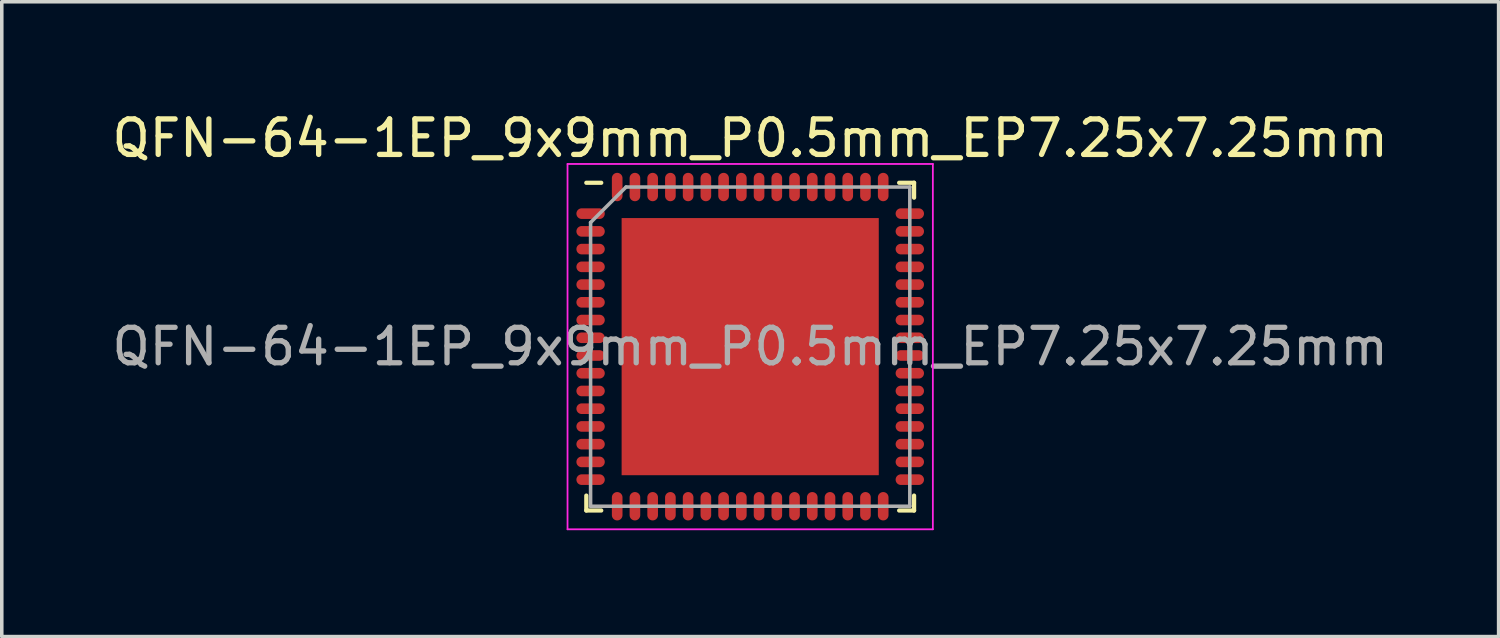
<source format=kicad_pcb>
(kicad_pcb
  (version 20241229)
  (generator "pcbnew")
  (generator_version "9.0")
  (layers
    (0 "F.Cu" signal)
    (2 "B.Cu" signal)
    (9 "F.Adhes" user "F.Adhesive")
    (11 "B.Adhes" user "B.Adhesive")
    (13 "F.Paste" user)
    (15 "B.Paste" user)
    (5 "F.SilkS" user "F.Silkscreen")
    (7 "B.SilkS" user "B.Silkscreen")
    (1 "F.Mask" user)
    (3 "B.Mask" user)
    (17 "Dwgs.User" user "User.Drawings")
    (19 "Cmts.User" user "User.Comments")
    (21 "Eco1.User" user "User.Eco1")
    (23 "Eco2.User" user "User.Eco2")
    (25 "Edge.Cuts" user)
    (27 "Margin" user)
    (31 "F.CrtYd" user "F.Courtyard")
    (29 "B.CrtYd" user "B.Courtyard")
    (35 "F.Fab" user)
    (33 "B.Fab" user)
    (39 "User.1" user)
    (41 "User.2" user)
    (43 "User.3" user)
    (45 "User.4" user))
  (footprint "QFN-64-1EP_9x9mm_P0.5mm_EP7.25x7.25mm"
    (layer "F.Cu")
    (at 18.101 6.723)
    (property "Reference" "QFN-64-1EP_9x9mm_P0.5mm_EP7.25x7.25mm" (at 0 -5.875 0) (layer "F.SilkS") (effects (font (size 1 1) (thickness 0.15))))
    (attr smd)
    (fp_line (start -4.62 -4.62) (end -4.2 -4.62) (stroke (width 0.12) (type solid)) (layer "F.SilkS"))
    (fp_line (start -4.62 4.62) (end -4.62 4.2) (stroke (width 0.12) (type solid)) (layer "F.SilkS"))
    (fp_line (start -4.62 4.62) (end -4.2 4.62) (stroke (width 0.12) (type solid)) (layer "F.SilkS"))
    (fp_line (start 4.62 -4.62) (end 4.2 -4.62) (stroke (width 0.12) (type solid)) (layer "F.SilkS"))
    (fp_line (start 4.62 -4.62) (end 4.62 -4.2) (stroke (width 0.12) (type solid)) (layer "F.SilkS"))
    (fp_line (start 4.62 4.62) (end 4.2 4.62) (stroke (width 0.12) (type solid)) (layer "F.SilkS"))
    (fp_line (start 4.62 4.62) (end 4.62 4.2) (stroke (width 0.12) (type solid)) (layer "F.SilkS"))
    (fp_line (start -5.15 -5.15) (end -5.15 5.15) (stroke (width 0.05) (type solid)) (layer "F.CrtYd"))
    (fp_line (start -5.15 -5.15) (end 5.15 -5.15) (stroke (width 0.05) (type solid)) (layer "F.CrtYd"))
    (fp_line (start -5.15 5.15) (end 5.15 5.15) (stroke (width 0.05) (type solid)) (layer "F.CrtYd"))
    (fp_line (start 5.15 -5.15) (end 5.15 5.15) (stroke (width 0.05) (type solid)) (layer "F.CrtYd"))
    (fp_line (start -4.5 -3.5) (end -3.5 -4.5) (stroke (width 0.1) (type solid)) (layer "F.Fab"))
    (fp_line (start -4.5 4.5) (end -4.5 -3.5) (stroke (width 0.1) (type solid)) (layer "F.Fab"))
    (fp_line (start -3.5 -4.5) (end 4.5 -4.5) (stroke (width 0.1) (type solid)) (layer "F.Fab"))
    (fp_line (start 4.5 -4.5) (end 4.5 4.5) (stroke (width 0.1) (type solid)) (layer "F.Fab"))
    (fp_line (start 4.5 4.5) (end -4.5 4.5) (stroke (width 0.1) (type solid)) (layer "F.Fab"))
    (fp_text user "${REFERENCE}" (at 0 0 0) (layer "F.Fab") (effects (font (size 1 1) (thickness 0.15))))
    (pad "" smd rect (at -2.8 -2.8) (size 1.19 1.19) (layers "F.Paste"))
    (pad "" smd rect (at -2.8 -1.4) (size 1.19 1.19) (layers "F.Paste"))
    (pad "" smd rect (at -2.8 0) (size 1.19 1.19) (layers "F.Paste"))
    (pad "" smd rect (at -2.8 1.4) (size 1.19 1.19) (layers "F.Paste"))
    (pad "" smd rect (at -2.8 2.8) (size 1.19 1.19) (layers "F.Paste"))
    (pad "" smd rect (at -1.4 -2.8) (size 1.19 1.19) (layers "F.Paste"))
    (pad "" smd rect (at -1.4 -1.4) (size 1.19 1.19) (layers "F.Paste"))
    (pad "" smd rect (at -1.4 0) (size 1.19 1.19) (layers "F.Paste"))
    (pad "" smd rect (at -1.4 1.4) (size 1.19 1.19) (layers "F.Paste"))
    (pad "" smd rect (at -1.4 2.8) (size 1.19 1.19) (layers "F.Paste"))
    (pad "" smd rect (at 0 -2.8) (size 1.19 1.19) (layers "F.Paste"))
    (pad "" smd rect (at 0 -1.4) (size 1.19 1.19) (layers "F.Paste"))
    (pad "" smd rect (at 0 0) (size 1.19 1.19) (layers "F.Paste"))
    (pad "" smd rect (at 0 1.4) (size 1.19 1.19) (layers "F.Paste"))
    (pad "" smd rect (at 0 2.8) (size 1.19 1.19) (layers "F.Paste"))
    (pad "" smd rect (at 1.4 -2.8) (size 1.19 1.19) (layers "F.Paste"))
    (pad "" smd rect (at 1.4 -1.4) (size 1.19 1.19) (layers "F.Paste"))
    (pad "" smd rect (at 1.4 0) (size 1.19 1.19) (layers "F.Paste"))
    (pad "" smd rect (at 1.4 1.4) (size 1.19 1.19) (layers "F.Paste"))
    (pad "" smd rect (at 1.4 2.8) (size 1.19 1.19) (layers "F.Paste"))
    (pad "" smd rect (at 2.8 -2.8) (size 1.19 1.19) (layers "F.Paste"))
    (pad "" smd rect (at 2.8 -1.4) (size 1.19 1.19) (layers "F.Paste"))
    (pad "" smd rect (at 2.8 0) (size 1.19 1.19) (layers "F.Paste"))
    (pad "" smd rect (at 2.8 1.4) (size 1.19 1.19) (layers "F.Paste"))
    (pad "" smd rect (at 2.8 2.8) (size 1.19 1.19) (layers "F.Paste"))
    (pad "1" smd oval (at -4.5 -3.75) (size 0.8 0.3) (layers "F.Cu" "F.Mask" "F.Paste"))
    (pad "2" smd oval (at -4.5 -3.25) (size 0.8 0.3) (layers "F.Cu" "F.Mask" "F.Paste"))
    (pad "3" smd oval (at -4.5 -2.75) (size 0.8 0.3) (layers "F.Cu" "F.Mask" "F.Paste"))
    (pad "4" smd oval (at -4.5 -2.25) (size 0.8 0.3) (layers "F.Cu" "F.Mask" "F.Paste"))
    (pad "5" smd oval (at -4.5 -1.75) (size 0.8 0.3) (layers "F.Cu" "F.Mask" "F.Paste"))
    (pad "6" smd oval (at -4.5 -1.25) (size 0.8 0.3) (layers "F.Cu" "F.Mask" "F.Paste"))
    (pad "7" smd oval (at -4.5 -0.75) (size 0.8 0.3) (layers "F.Cu" "F.Mask" "F.Paste"))
    (pad "8" smd oval (at -4.5 -0.25) (size 0.8 0.3) (layers "F.Cu" "F.Mask" "F.Paste"))
    (pad "9" smd oval (at -4.5 0.25) (size 0.8 0.3) (layers "F.Cu" "F.Mask" "F.Paste"))
    (pad "10" smd oval (at -4.5 0.75) (size 0.8 0.3) (layers "F.Cu" "F.Mask" "F.Paste"))
    (pad "11" smd oval (at -4.5 1.25) (size 0.8 0.3) (layers "F.Cu" "F.Mask" "F.Paste"))
    (pad "12" smd oval (at -4.5 1.75) (size 0.8 0.3) (layers "F.Cu" "F.Mask" "F.Paste"))
    (pad "13" smd oval (at -4.5 2.25) (size 0.8 0.3) (layers "F.Cu" "F.Mask" "F.Paste"))
    (pad "14" smd oval (at -4.5 2.75) (size 0.8 0.3) (layers "F.Cu" "F.Mask" "F.Paste"))
    (pad "15" smd oval (at -4.5 3.25) (size 0.8 0.3) (layers "F.Cu" "F.Mask" "F.Paste"))
    (pad "16" smd oval (at -4.5 3.75) (size 0.8 0.3) (layers "F.Cu" "F.Mask" "F.Paste"))
    (pad "17" smd oval (at -3.75 4.5 90) (size 0.8 0.3) (layers "F.Cu" "F.Mask" "F.Paste"))
    (pad "18" smd oval (at -3.25 4.5 90) (size 0.8 0.3) (layers "F.Cu" "F.Mask" "F.Paste"))
    (pad "19" smd oval (at -2.75 4.5 90) (size 0.8 0.3) (layers "F.Cu" "F.Mask" "F.Paste"))
    (pad "20" smd oval (at -2.25 4.5 90) (size 0.8 0.3) (layers "F.Cu" "F.Mask" "F.Paste"))
    (pad "21" smd oval (at -1.75 4.5 90) (size 0.8 0.3) (layers "F.Cu" "F.Mask" "F.Paste"))
    (pad "22" smd oval (at -1.25 4.5 90) (size 0.8 0.3) (layers "F.Cu" "F.Mask" "F.Paste"))
    (pad "23" smd oval (at -0.75 4.5 90) (size 0.8 0.3) (layers "F.Cu" "F.Mask" "F.Paste"))
    (pad "24" smd oval (at -0.25 4.5 90) (size 0.8 0.3) (layers "F.Cu" "F.Mask" "F.Paste"))
    (pad "25" smd oval (at 0.25 4.5 90) (size 0.8 0.3) (layers "F.Cu" "F.Mask" "F.Paste"))
    (pad "26" smd oval (at 0.75 4.5 90) (size 0.8 0.3) (layers "F.Cu" "F.Mask" "F.Paste"))
    (pad "27" smd oval (at 1.25 4.5 90) (size 0.8 0.3) (layers "F.Cu" "F.Mask" "F.Paste"))
    (pad "28" smd oval (at 1.75 4.5 90) (size 0.8 0.3) (layers "F.Cu" "F.Mask" "F.Paste"))
    (pad "29" smd oval (at 2.25 4.5 90) (size 0.8 0.3) (layers "F.Cu" "F.Mask" "F.Paste"))
    (pad "30" smd oval (at 2.75 4.5 90) (size 0.8 0.3) (layers "F.Cu" "F.Mask" "F.Paste"))
    (pad "31" smd oval (at 3.25 4.5 90) (size 0.8 0.3) (layers "F.Cu" "F.Mask" "F.Paste"))
    (pad "32" smd oval (at 3.75 4.5 90) (size 0.8 0.3) (layers "F.Cu" "F.Mask" "F.Paste"))
    (pad "33" smd oval (at 4.5 3.75) (size 0.8 0.3) (layers "F.Cu" "F.Mask" "F.Paste"))
    (pad "34" smd oval (at 4.5 3.25) (size 0.8 0.3) (layers "F.Cu" "F.Mask" "F.Paste"))
    (pad "35" smd oval (at 4.5 2.75) (size 0.8 0.3) (layers "F.Cu" "F.Mask" "F.Paste"))
    (pad "36" smd oval (at 4.5 2.25) (size 0.8 0.3) (layers "F.Cu" "F.Mask" "F.Paste"))
    (pad "37" smd oval (at 4.5 1.75) (size 0.8 0.3) (layers "F.Cu" "F.Mask" "F.Paste"))
    (pad "38" smd oval (at 4.5 1.25) (size 0.8 0.3) (layers "F.Cu" "F.Mask" "F.Paste"))
    (pad "39" smd oval (at 4.5 0.75) (size 0.8 0.3) (layers "F.Cu" "F.Mask" "F.Paste"))
    (pad "40" smd oval (at 4.5 0.25) (size 0.8 0.3) (layers "F.Cu" "F.Mask" "F.Paste"))
    (pad "41" smd oval (at 4.5 -0.25) (size 0.8 0.3) (layers "F.Cu" "F.Mask" "F.Paste"))
    (pad "42" smd oval (at 4.5 -0.75) (size 0.8 0.3) (layers "F.Cu" "F.Mask" "F.Paste"))
    (pad "43" smd oval (at 4.5 -1.25) (size 0.8 0.3) (layers "F.Cu" "F.Mask" "F.Paste"))
    (pad "44" smd oval (at 4.5 -1.75) (size 0.8 0.3) (layers "F.Cu" "F.Mask" "F.Paste"))
    (pad "45" smd oval (at 4.5 -2.25) (size 0.8 0.3) (layers "F.Cu" "F.Mask" "F.Paste"))
    (pad "46" smd oval (at 4.5 -2.75) (size 0.8 0.3) (layers "F.Cu" "F.Mask" "F.Paste"))
    (pad "47" smd oval (at 4.5 -3.25) (size 0.8 0.3) (layers "F.Cu" "F.Mask" "F.Paste"))
    (pad "48" smd oval (at 4.5 -3.75) (size 0.8 0.3) (layers "F.Cu" "F.Mask" "F.Paste"))
    (pad "49" smd oval (at 3.75 -4.5 90) (size 0.8 0.3) (layers "F.Cu" "F.Mask" "F.Paste"))
    (pad "50" smd oval (at 3.25 -4.5 90) (size 0.8 0.3) (layers "F.Cu" "F.Mask" "F.Paste"))
    (pad "51" smd oval (at 2.75 -4.5 90) (size 0.8 0.3) (layers "F.Cu" "F.Mask" "F.Paste"))
    (pad "52" smd oval (at 2.25 -4.5 90) (size 0.8 0.3) (layers "F.Cu" "F.Mask" "F.Paste"))
    (pad "53" smd oval (at 1.75 -4.5 90) (size 0.8 0.3) (layers "F.Cu" "F.Mask" "F.Paste"))
    (pad "54" smd oval (at 1.25 -4.5 90) (size 0.8 0.3) (layers "F.Cu" "F.Mask" "F.Paste"))
    (pad "55" smd oval (at 0.75 -4.5 90) (size 0.8 0.3) (layers "F.Cu" "F.Mask" "F.Paste"))
    (pad "56" smd oval (at 0.25 -4.5 90) (size 0.8 0.3) (layers "F.Cu" "F.Mask" "F.Paste"))
    (pad "57" smd oval (at -0.25 -4.5 90) (size 0.8 0.3) (layers "F.Cu" "F.Mask" "F.Paste"))
    (pad "58" smd oval (at -0.75 -4.5 90) (size 0.8 0.3) (layers "F.Cu" "F.Mask" "F.Paste"))
    (pad "59" smd oval (at -1.25 -4.5 90) (size 0.8 0.3) (layers "F.Cu" "F.Mask" "F.Paste"))
    (pad "60" smd oval (at -1.75 -4.5 90) (size 0.8 0.3) (layers "F.Cu" "F.Mask" "F.Paste"))
    (pad "61" smd oval (at -2.25 -4.5 90) (size 0.8 0.3) (layers "F.Cu" "F.Mask" "F.Paste"))
    (pad "62" smd oval (at -2.75 -4.5 90) (size 0.8 0.3) (layers "F.Cu" "F.Mask" "F.Paste"))
    (pad "63" smd oval (at -3.25 -4.5 90) (size 0.8 0.3) (layers "F.Cu" "F.Mask" "F.Paste"))
    (pad "64" smd oval (at -3.75 -4.5 90) (size 0.8 0.3) (layers "F.Cu" "F.Mask" "F.Paste"))
    (pad "65" smd rect (at 0 0) (size 7.25 7.25) (layers "F.Cu" "F.Mask")))
  (gr_rect
    (start -3 -3)
    (end 39.202 14.898)
    (stroke (width 0.1) (type default))
    (fill no)
    (layer "Edge.Cuts")))
</source>
